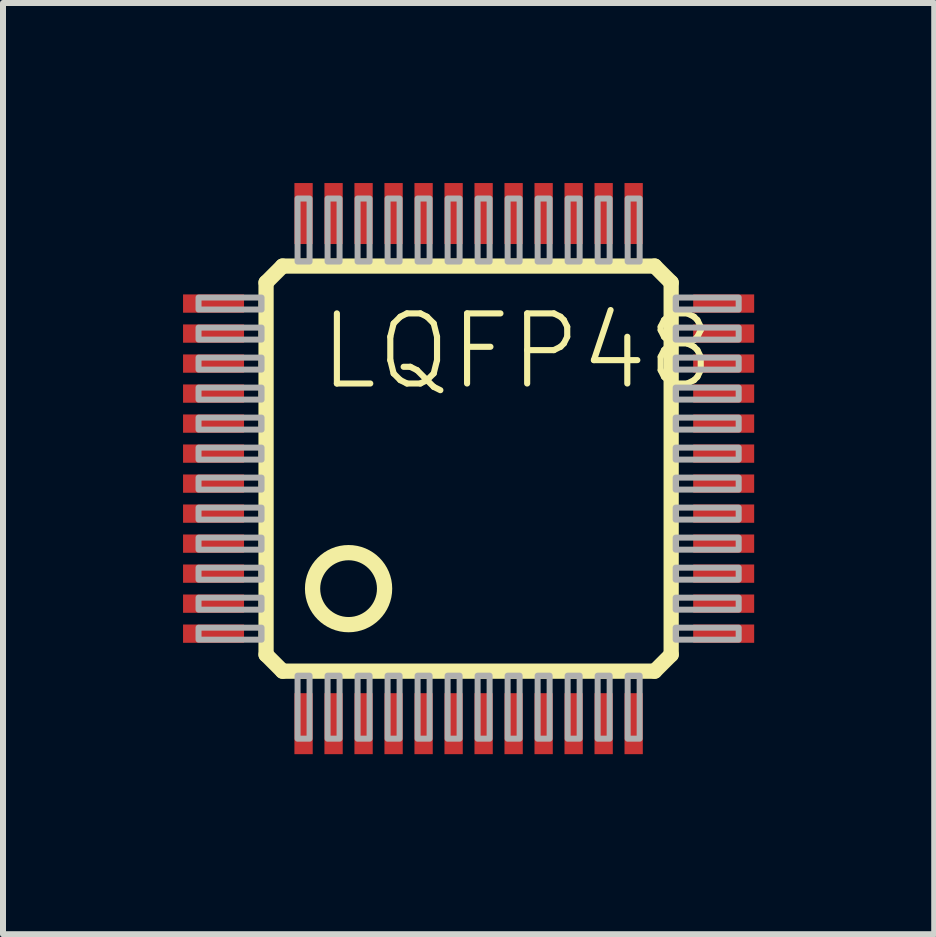
<source format=kicad_pcb>
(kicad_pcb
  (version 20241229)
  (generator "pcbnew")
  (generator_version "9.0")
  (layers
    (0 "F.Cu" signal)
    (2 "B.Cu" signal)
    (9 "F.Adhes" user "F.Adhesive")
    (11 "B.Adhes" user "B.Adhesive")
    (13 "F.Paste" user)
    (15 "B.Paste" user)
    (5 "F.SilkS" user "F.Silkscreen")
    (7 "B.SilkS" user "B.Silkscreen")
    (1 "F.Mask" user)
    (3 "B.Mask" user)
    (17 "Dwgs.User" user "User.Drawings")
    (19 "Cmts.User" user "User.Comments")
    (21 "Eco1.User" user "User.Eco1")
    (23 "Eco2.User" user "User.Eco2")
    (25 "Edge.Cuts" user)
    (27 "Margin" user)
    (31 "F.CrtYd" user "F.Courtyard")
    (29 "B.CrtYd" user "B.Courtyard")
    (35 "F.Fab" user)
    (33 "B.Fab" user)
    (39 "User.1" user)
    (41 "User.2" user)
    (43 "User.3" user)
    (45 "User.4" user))
  (footprint "LQFP48"
    (layer "F.Cu")
    (at 4.758 4.758)
    (property "Reference" "LQFP48" (at -2.54 -1.27 0) (unlocked yes) (layer "F.SilkS") (effects (font (size 1.168 1.168) (thickness 0.102)) (justify left bottom)))
    (fp_line (start -3.375 -3.1) (end -3.1 -3.375) (stroke (width 0.254) (type solid)) (layer "F.SilkS"))
    (fp_line (start -3.375 3.1) (end -3.375 -3.1) (stroke (width 0.254) (type solid)) (layer "F.SilkS"))
    (fp_line (start -3.1 -3.375) (end 3.1 -3.375) (stroke (width 0.254) (type solid)) (layer "F.SilkS"))
    (fp_line (start -3.1 3.375) (end -3.375 3.1) (stroke (width 0.254) (type solid)) (layer "F.SilkS"))
    (fp_line (start 3.1 -3.375) (end 3.375 -3.1) (stroke (width 0.254) (type solid)) (layer "F.SilkS"))
    (fp_line (start 3.1 3.375) (end -3.1 3.375) (stroke (width 0.254) (type solid)) (layer "F.SilkS"))
    (fp_line (start 3.375 -3.1) (end 3.375 3.1) (stroke (width 0.254) (type solid)) (layer "F.SilkS"))
    (fp_line (start 3.375 3.1) (end 3.1 3.375) (stroke (width 0.254) (type solid)) (layer "F.SilkS"))
    (fp_circle (center -2 2) (end -1.4 2) (stroke (width 0.254) (type solid)) (fill no) (layer "F.SilkS"))
    (fp_poly (pts (xy -4.5 -2.65) (xy -3.45 -2.65) (xy -3.45 -2.85) (xy -4.5 -2.85)) (stroke (width 0.1) (type default)) (fill no) (layer "F.Fab"))
    (fp_poly (pts (xy -4.5 -2.15) (xy -3.45 -2.15) (xy -3.45 -2.35) (xy -4.5 -2.35)) (stroke (width 0.1) (type default)) (fill no) (layer "F.Fab"))
    (fp_poly (pts (xy -4.5 -1.65) (xy -3.45 -1.65) (xy -3.45 -1.85) (xy -4.5 -1.85)) (stroke (width 0.1) (type default)) (fill no) (layer "F.Fab"))
    (fp_poly (pts (xy -4.5 -1.15) (xy -3.45 -1.15) (xy -3.45 -1.35) (xy -4.5 -1.35)) (stroke (width 0.1) (type default)) (fill no) (layer "F.Fab"))
    (fp_poly (pts (xy -4.5 -0.65) (xy -3.45 -0.65) (xy -3.45 -0.85) (xy -4.5 -0.85)) (stroke (width 0.1) (type default)) (fill no) (layer "F.Fab"))
    (fp_poly (pts (xy -4.5 -0.15) (xy -3.45 -0.15) (xy -3.45 -0.35) (xy -4.5 -0.35)) (stroke (width 0.1) (type default)) (fill no) (layer "F.Fab"))
    (fp_poly (pts (xy -4.5 0.35) (xy -3.45 0.35) (xy -3.45 0.15) (xy -4.5 0.15)) (stroke (width 0.1) (type default)) (fill no) (layer "F.Fab"))
    (fp_poly (pts (xy -4.5 0.85) (xy -3.45 0.85) (xy -3.45 0.65) (xy -4.5 0.65)) (stroke (width 0.1) (type default)) (fill no) (layer "F.Fab"))
    (fp_poly (pts (xy -4.5 1.35) (xy -3.45 1.35) (xy -3.45 1.15) (xy -4.5 1.15)) (stroke (width 0.1) (type default)) (fill no) (layer "F.Fab"))
    (fp_poly (pts (xy -4.5 1.85) (xy -3.45 1.85) (xy -3.45 1.65) (xy -4.5 1.65)) (stroke (width 0.1) (type default)) (fill no) (layer "F.Fab"))
    (fp_poly (pts (xy -4.5 2.35) (xy -3.45 2.35) (xy -3.45 2.15) (xy -4.5 2.15)) (stroke (width 0.1) (type default)) (fill no) (layer "F.Fab"))
    (fp_poly (pts (xy -4.5 2.85) (xy -3.45 2.85) (xy -3.45 2.65) (xy -4.5 2.65)) (stroke (width 0.1) (type default)) (fill no) (layer "F.Fab"))
    (fp_poly (pts (xy -2.85 -3.45) (xy -2.65 -3.45) (xy -2.65 -4.5) (xy -2.85 -4.5)) (stroke (width 0.1) (type default)) (fill no) (layer "F.Fab"))
    (fp_poly (pts (xy -2.85 4.5) (xy -2.65 4.5) (xy -2.65 3.45) (xy -2.85 3.45)) (stroke (width 0.1) (type default)) (fill no) (layer "F.Fab"))
    (fp_poly (pts (xy -2.35 -3.45) (xy -2.15 -3.45) (xy -2.15 -4.5) (xy -2.35 -4.5)) (stroke (width 0.1) (type default)) (fill no) (layer "F.Fab"))
    (fp_poly (pts (xy -2.35 4.5) (xy -2.15 4.5) (xy -2.15 3.45) (xy -2.35 3.45)) (stroke (width 0.1) (type default)) (fill no) (layer "F.Fab"))
    (fp_poly (pts (xy -1.85 -3.45) (xy -1.65 -3.45) (xy -1.65 -4.5) (xy -1.85 -4.5)) (stroke (width 0.1) (type default)) (fill no) (layer "F.Fab"))
    (fp_poly (pts (xy -1.85 4.5) (xy -1.65 4.5) (xy -1.65 3.45) (xy -1.85 3.45)) (stroke (width 0.1) (type default)) (fill no) (layer "F.Fab"))
    (fp_poly (pts (xy -1.35 -3.45) (xy -1.15 -3.45) (xy -1.15 -4.5) (xy -1.35 -4.5)) (stroke (width 0.1) (type default)) (fill no) (layer "F.Fab"))
    (fp_poly (pts (xy -1.35 4.5) (xy -1.15 4.5) (xy -1.15 3.45) (xy -1.35 3.45)) (stroke (width 0.1) (type default)) (fill no) (layer "F.Fab"))
    (fp_poly (pts (xy -0.85 -3.45) (xy -0.65 -3.45) (xy -0.65 -4.5) (xy -0.85 -4.5)) (stroke (width 0.1) (type default)) (fill no) (layer "F.Fab"))
    (fp_poly (pts (xy -0.85 4.5) (xy -0.65 4.5) (xy -0.65 3.45) (xy -0.85 3.45)) (stroke (width 0.1) (type default)) (fill no) (layer "F.Fab"))
    (fp_poly (pts (xy -0.35 -3.45) (xy -0.15 -3.45) (xy -0.15 -4.5) (xy -0.35 -4.5)) (stroke (width 0.1) (type default)) (fill no) (layer "F.Fab"))
    (fp_poly (pts (xy -0.35 4.5) (xy -0.15 4.5) (xy -0.15 3.45) (xy -0.35 3.45)) (stroke (width 0.1) (type default)) (fill no) (layer "F.Fab"))
    (fp_poly (pts (xy 0.15 -3.45) (xy 0.35 -3.45) (xy 0.35 -4.5) (xy 0.15 -4.5)) (stroke (width 0.1) (type default)) (fill no) (layer "F.Fab"))
    (fp_poly (pts (xy 0.15 4.5) (xy 0.35 4.5) (xy 0.35 3.45) (xy 0.15 3.45)) (stroke (width 0.1) (type default)) (fill no) (layer "F.Fab"))
    (fp_poly (pts (xy 0.65 -3.45) (xy 0.85 -3.45) (xy 0.85 -4.5) (xy 0.65 -4.5)) (stroke (width 0.1) (type default)) (fill no) (layer "F.Fab"))
    (fp_poly (pts (xy 0.65 4.5) (xy 0.85 4.5) (xy 0.85 3.45) (xy 0.65 3.45)) (stroke (width 0.1) (type default)) (fill no) (layer "F.Fab"))
    (fp_poly (pts (xy 1.15 -3.45) (xy 1.35 -3.45) (xy 1.35 -4.5) (xy 1.15 -4.5)) (stroke (width 0.1) (type default)) (fill no) (layer "F.Fab"))
    (fp_poly (pts (xy 1.15 4.5) (xy 1.35 4.5) (xy 1.35 3.45) (xy 1.15 3.45)) (stroke (width 0.1) (type default)) (fill no) (layer "F.Fab"))
    (fp_poly (pts (xy 1.65 -3.45) (xy 1.85 -3.45) (xy 1.85 -4.5) (xy 1.65 -4.5)) (stroke (width 0.1) (type default)) (fill no) (layer "F.Fab"))
    (fp_poly (pts (xy 1.65 4.5) (xy 1.85 4.5) (xy 1.85 3.45) (xy 1.65 3.45)) (stroke (width 0.1) (type default)) (fill no) (layer "F.Fab"))
    (fp_poly (pts (xy 2.15 -3.45) (xy 2.35 -3.45) (xy 2.35 -4.5) (xy 2.15 -4.5)) (stroke (width 0.1) (type default)) (fill no) (layer "F.Fab"))
    (fp_poly (pts (xy 2.15 4.5) (xy 2.35 4.5) (xy 2.35 3.45) (xy 2.15 3.45)) (stroke (width 0.1) (type default)) (fill no) (layer "F.Fab"))
    (fp_poly (pts (xy 2.65 -3.45) (xy 2.85 -3.45) (xy 2.85 -4.5) (xy 2.65 -4.5)) (stroke (width 0.1) (type default)) (fill no) (layer "F.Fab"))
    (fp_poly (pts (xy 2.65 4.5) (xy 2.85 4.5) (xy 2.85 3.45) (xy 2.65 3.45)) (stroke (width 0.1) (type default)) (fill no) (layer "F.Fab"))
    (fp_poly (pts (xy 3.45 -2.65) (xy 4.5 -2.65) (xy 4.5 -2.85) (xy 3.45 -2.85)) (stroke (width 0.1) (type default)) (fill no) (layer "F.Fab"))
    (fp_poly (pts (xy 3.45 -2.15) (xy 4.5 -2.15) (xy 4.5 -2.35) (xy 3.45 -2.35)) (stroke (width 0.1) (type default)) (fill no) (layer "F.Fab"))
    (fp_poly (pts (xy 3.45 -1.65) (xy 4.5 -1.65) (xy 4.5 -1.85) (xy 3.45 -1.85)) (stroke (width 0.1) (type default)) (fill no) (layer "F.Fab"))
    (fp_poly (pts (xy 3.45 -1.15) (xy 4.5 -1.15) (xy 4.5 -1.35) (xy 3.45 -1.35)) (stroke (width 0.1) (type default)) (fill no) (layer "F.Fab"))
    (fp_poly (pts (xy 3.45 -0.65) (xy 4.5 -0.65) (xy 4.5 -0.85) (xy 3.45 -0.85)) (stroke (width 0.1) (type default)) (fill no) (layer "F.Fab"))
    (fp_poly (pts (xy 3.45 -0.15) (xy 4.5 -0.15) (xy 4.5 -0.35) (xy 3.45 -0.35)) (stroke (width 0.1) (type default)) (fill no) (layer "F.Fab"))
    (fp_poly (pts (xy 3.45 0.35) (xy 4.5 0.35) (xy 4.5 0.15) (xy 3.45 0.15)) (stroke (width 0.1) (type default)) (fill no) (layer "F.Fab"))
    (fp_poly (pts (xy 3.45 0.85) (xy 4.5 0.85) (xy 4.5 0.65) (xy 3.45 0.65)) (stroke (width 0.1) (type default)) (fill no) (layer "F.Fab"))
    (fp_poly (pts (xy 3.45 1.35) (xy 4.5 1.35) (xy 4.5 1.15) (xy 3.45 1.15)) (stroke (width 0.1) (type default)) (fill no) (layer "F.Fab"))
    (fp_poly (pts (xy 3.45 1.85) (xy 4.5 1.85) (xy 4.5 1.65) (xy 3.45 1.65)) (stroke (width 0.1) (type default)) (fill no) (layer "F.Fab"))
    (fp_poly (pts (xy 3.45 2.35) (xy 4.5 2.35) (xy 4.5 2.15) (xy 3.45 2.15)) (stroke (width 0.1) (type default)) (fill no) (layer "F.Fab"))
    (fp_poly (pts (xy 3.45 2.85) (xy 4.5 2.85) (xy 4.5 2.65) (xy 3.45 2.65)) (stroke (width 0.1) (type default)) (fill no) (layer "F.Fab"))
    (pad "1" smd rect (at -2.75 4.25) (size 0.305 1.016) (layers "F.Cu" "F.Mask" "F.Paste"))
    (pad "2" smd rect (at -2.25 4.25) (size 0.305 1.016) (layers "F.Cu" "F.Mask" "F.Paste"))
    (pad "3" smd rect (at -1.75 4.25) (size 0.305 1.016) (layers "F.Cu" "F.Mask" "F.Paste"))
    (pad "4" smd rect (at -1.25 4.25) (size 0.305 1.016) (layers "F.Cu" "F.Mask" "F.Paste"))
    (pad "5" smd rect (at -0.75 4.25) (size 0.305 1.016) (layers "F.Cu" "F.Mask" "F.Paste"))
    (pad "6" smd rect (at -0.25 4.25) (size 0.305 1.016) (layers "F.Cu" "F.Mask" "F.Paste"))
    (pad "7" smd rect (at 0.25 4.25) (size 0.305 1.016) (layers "F.Cu" "F.Mask" "F.Paste"))
    (pad "8" smd rect (at 0.75 4.25) (size 0.305 1.016) (layers "F.Cu" "F.Mask" "F.Paste"))
    (pad "9" smd rect (at 1.25 4.25) (size 0.305 1.016) (layers "F.Cu" "F.Mask" "F.Paste"))
    (pad "10" smd rect (at 1.75 4.25) (size 0.305 1.016) (layers "F.Cu" "F.Mask" "F.Paste"))
    (pad "11" smd rect (at 2.25 4.25) (size 0.305 1.016) (layers "F.Cu" "F.Mask" "F.Paste"))
    (pad "12" smd rect (at 2.75 4.25) (size 0.305 1.016) (layers "F.Cu" "F.Mask" "F.Paste"))
    (pad "13" smd rect (at 4.25 2.75) (size 1.016 0.305) (layers "F.Cu" "F.Mask" "F.Paste"))
    (pad "14" smd rect (at 4.25 2.25) (size 1.016 0.305) (layers "F.Cu" "F.Mask" "F.Paste"))
    (pad "15" smd rect (at 4.25 1.75) (size 1.016 0.305) (layers "F.Cu" "F.Mask" "F.Paste"))
    (pad "16" smd rect (at 4.25 1.25) (size 1.016 0.305) (layers "F.Cu" "F.Mask" "F.Paste"))
    (pad "17" smd rect (at 4.25 0.75) (size 1.016 0.305) (layers "F.Cu" "F.Mask" "F.Paste"))
    (pad "18" smd rect (at 4.25 0.25) (size 1.016 0.305) (layers "F.Cu" "F.Mask" "F.Paste"))
    (pad "19" smd rect (at 4.25 -0.25) (size 1.016 0.305) (layers "F.Cu" "F.Mask" "F.Paste"))
    (pad "20" smd rect (at 4.25 -0.75) (size 1.016 0.305) (layers "F.Cu" "F.Mask" "F.Paste"))
    (pad "21" smd rect (at 4.25 -1.25) (size 1.016 0.305) (layers "F.Cu" "F.Mask" "F.Paste"))
    (pad "22" smd rect (at 4.25 -1.75) (size 1.016 0.305) (layers "F.Cu" "F.Mask" "F.Paste"))
    (pad "23" smd rect (at 4.25 -2.25) (size 1.016 0.305) (layers "F.Cu" "F.Mask" "F.Paste"))
    (pad "24" smd rect (at 4.25 -2.75) (size 1.016 0.305) (layers "F.Cu" "F.Mask" "F.Paste"))
    (pad "25" smd rect (at 2.75 -4.25) (size 0.305 1.016) (layers "F.Cu" "F.Mask" "F.Paste"))
    (pad "26" smd rect (at 2.25 -4.25) (size 0.305 1.016) (layers "F.Cu" "F.Mask" "F.Paste"))
    (pad "27" smd rect (at 1.75 -4.25) (size 0.305 1.016) (layers "F.Cu" "F.Mask" "F.Paste"))
    (pad "28" smd rect (at 1.25 -4.25) (size 0.305 1.016) (layers "F.Cu" "F.Mask" "F.Paste"))
    (pad "29" smd rect (at 0.75 -4.25) (size 0.305 1.016) (layers "F.Cu" "F.Mask" "F.Paste"))
    (pad "30" smd rect (at 0.25 -4.25) (size 0.305 1.016) (layers "F.Cu" "F.Mask" "F.Paste"))
    (pad "31" smd rect (at -0.25 -4.25) (size 0.305 1.016) (layers "F.Cu" "F.Mask" "F.Paste"))
    (pad "32" smd rect (at -0.75 -4.25) (size 0.305 1.016) (layers "F.Cu" "F.Mask" "F.Paste"))
    (pad "33" smd rect (at -1.25 -4.25) (size 0.305 1.016) (layers "F.Cu" "F.Mask" "F.Paste"))
    (pad "34" smd rect (at -1.75 -4.25) (size 0.305 1.016) (layers "F.Cu" "F.Mask" "F.Paste"))
    (pad "35" smd rect (at -2.25 -4.25) (size 0.305 1.016) (layers "F.Cu" "F.Mask" "F.Paste"))
    (pad "36" smd rect (at -2.75 -4.25) (size 0.305 1.016) (layers "F.Cu" "F.Mask" "F.Paste"))
    (pad "37" smd rect (at -4.25 -2.75) (size 1.016 0.305) (layers "F.Cu" "F.Mask" "F.Paste"))
    (pad "38" smd rect (at -4.25 -2.25) (size 1.016 0.305) (layers "F.Cu" "F.Mask" "F.Paste"))
    (pad "39" smd rect (at -4.25 -1.75) (size 1.016 0.305) (layers "F.Cu" "F.Mask" "F.Paste"))
    (pad "40" smd rect (at -4.25 -1.25) (size 1.016 0.305) (layers "F.Cu" "F.Mask" "F.Paste"))
    (pad "41" smd rect (at -4.25 -0.75) (size 1.016 0.305) (layers "F.Cu" "F.Mask" "F.Paste"))
    (pad "42" smd rect (at -4.25 -0.25) (size 1.016 0.305) (layers "F.Cu" "F.Mask" "F.Paste"))
    (pad "43" smd rect (at -4.25 0.25) (size 1.016 0.305) (layers "F.Cu" "F.Mask" "F.Paste"))
    (pad "44" smd rect (at -4.25 0.75) (size 1.016 0.305) (layers "F.Cu" "F.Mask" "F.Paste"))
    (pad "45" smd rect (at -4.25 1.25) (size 1.016 0.305) (layers "F.Cu" "F.Mask" "F.Paste"))
    (pad "46" smd rect (at -4.25 1.75) (size 1.016 0.305) (layers "F.Cu" "F.Mask" "F.Paste"))
    (pad "47" smd rect (at -4.25 2.25) (size 1.016 0.305) (layers "F.Cu" "F.Mask" "F.Paste"))
    (pad "48" smd rect (at -4.25 2.75) (size 1.016 0.305) (layers "F.Cu" "F.Mask" "F.Paste")))
  (gr_rect
    (start -3 -3)
    (end 12.516 12.516)
    (stroke (width 0.1) (type default))
    (fill no)
    (layer "Edge.Cuts")))
</source>
